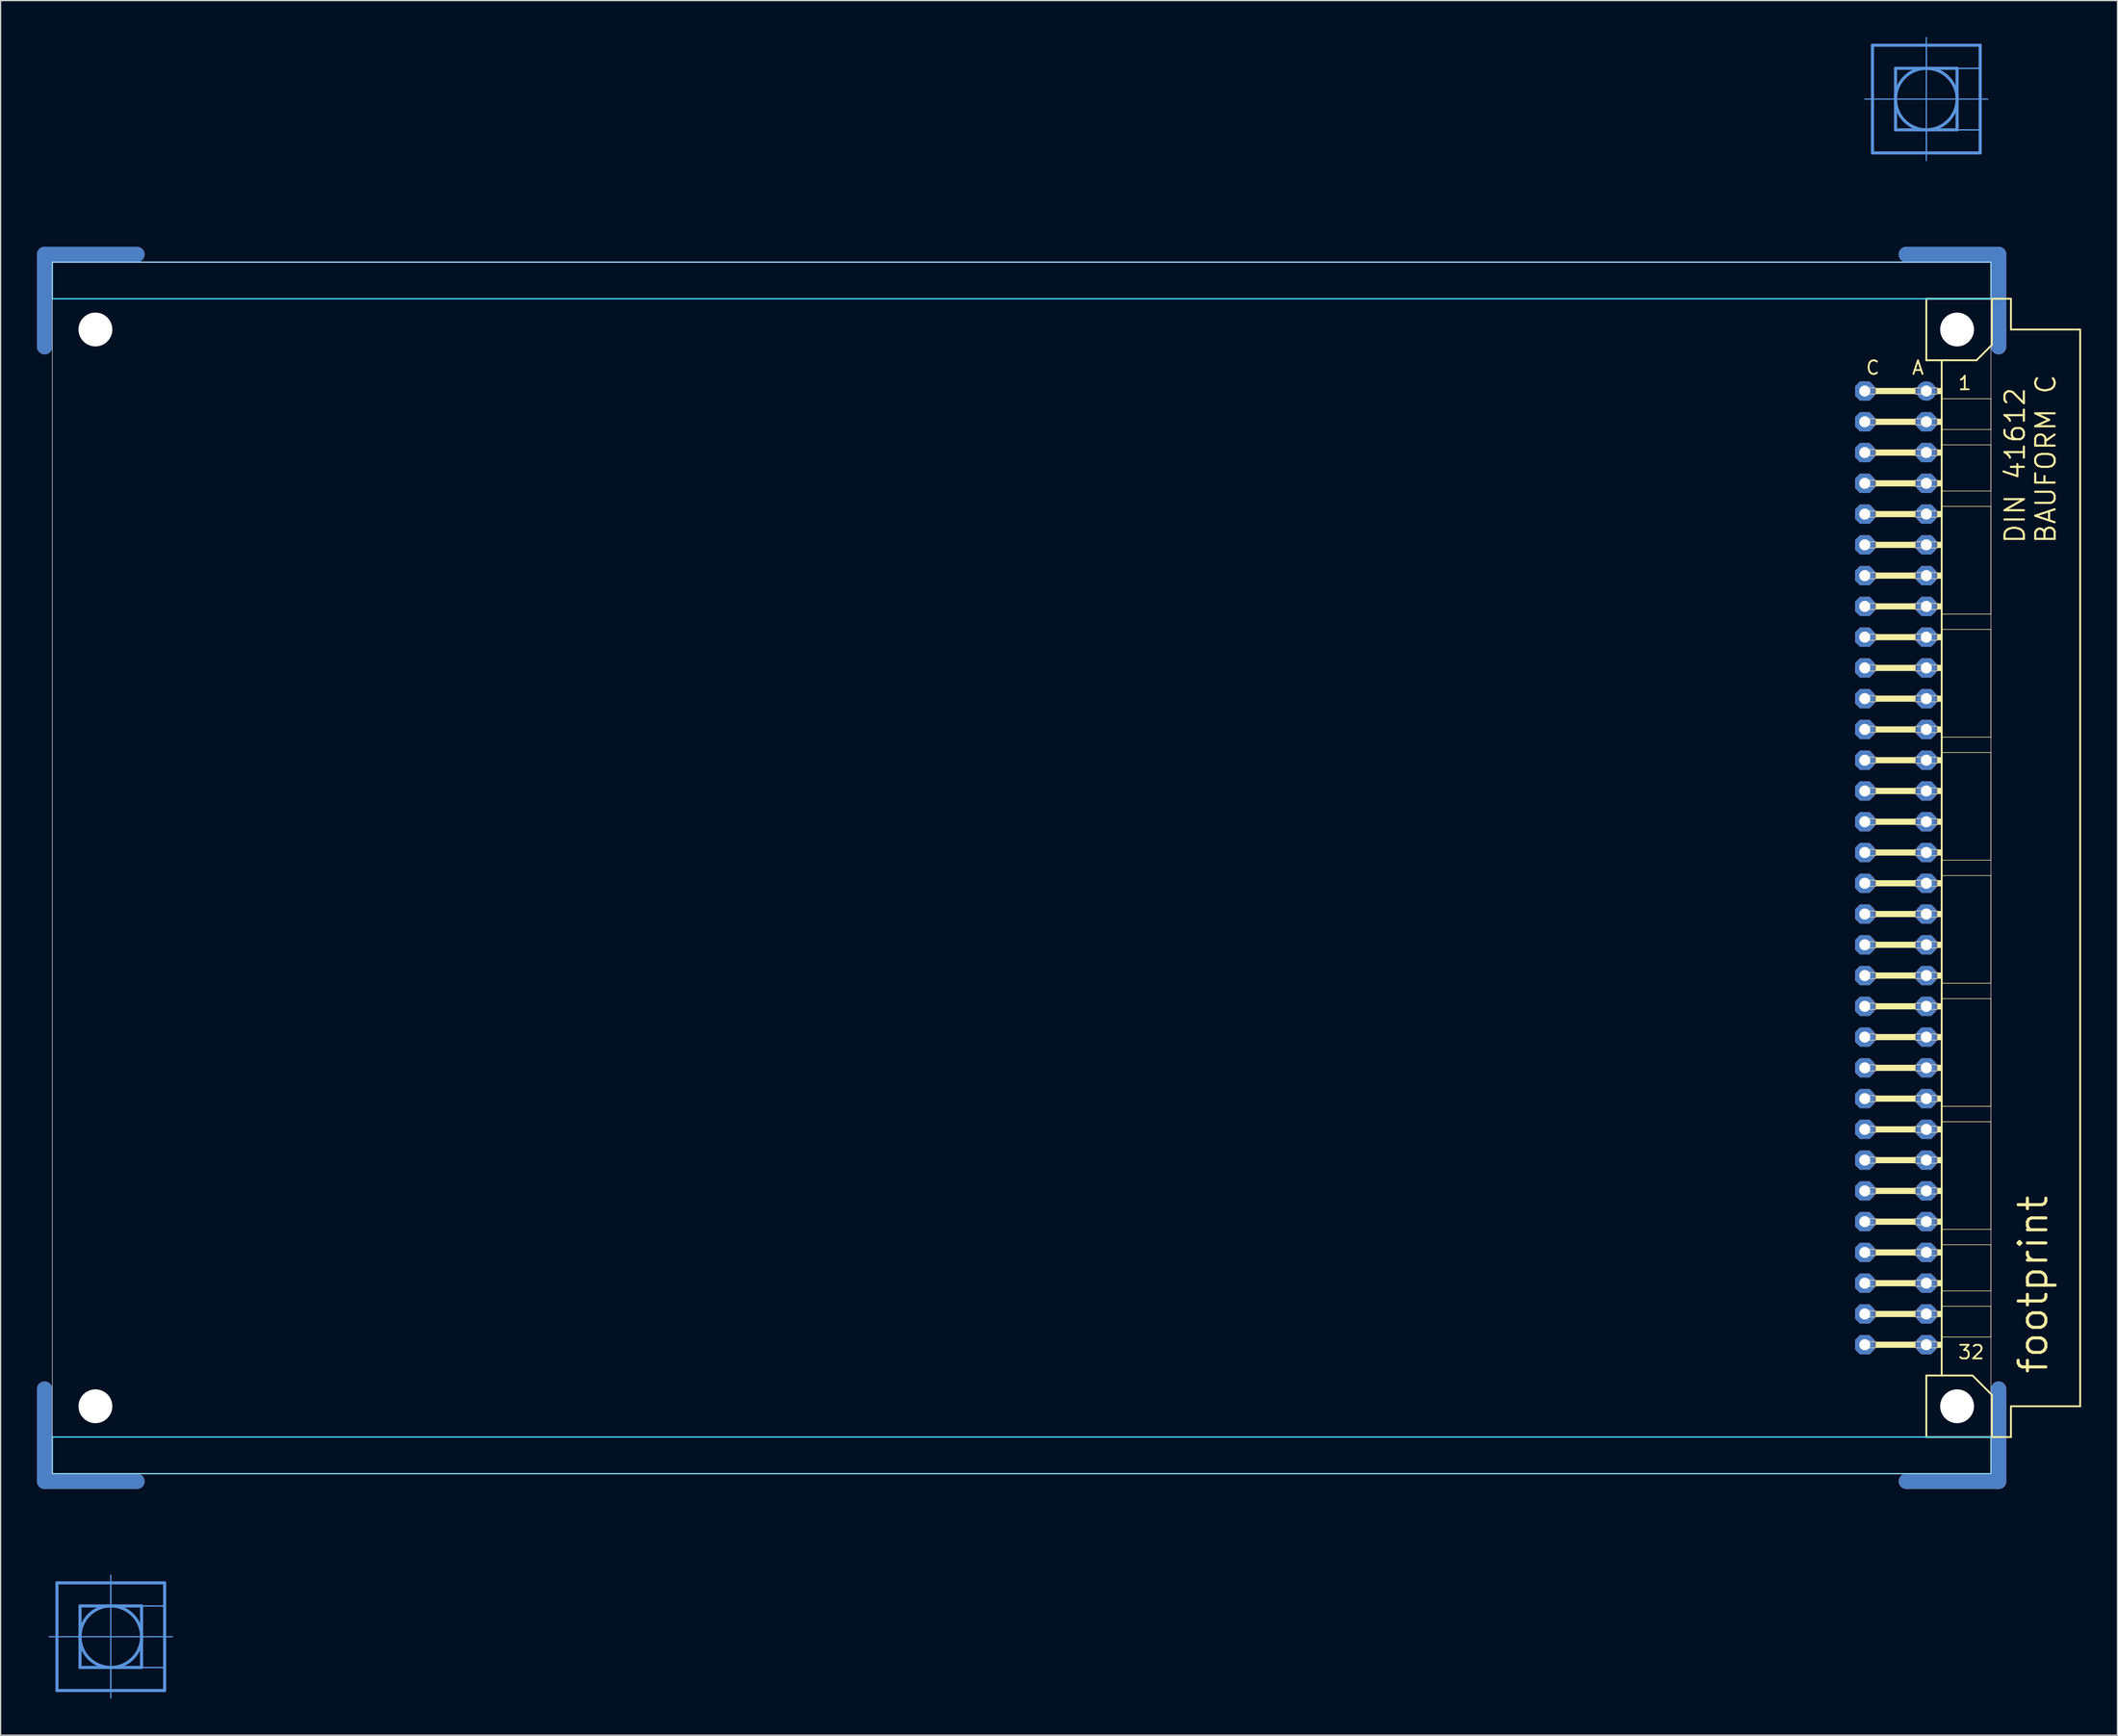
<source format=kicad_pcb>
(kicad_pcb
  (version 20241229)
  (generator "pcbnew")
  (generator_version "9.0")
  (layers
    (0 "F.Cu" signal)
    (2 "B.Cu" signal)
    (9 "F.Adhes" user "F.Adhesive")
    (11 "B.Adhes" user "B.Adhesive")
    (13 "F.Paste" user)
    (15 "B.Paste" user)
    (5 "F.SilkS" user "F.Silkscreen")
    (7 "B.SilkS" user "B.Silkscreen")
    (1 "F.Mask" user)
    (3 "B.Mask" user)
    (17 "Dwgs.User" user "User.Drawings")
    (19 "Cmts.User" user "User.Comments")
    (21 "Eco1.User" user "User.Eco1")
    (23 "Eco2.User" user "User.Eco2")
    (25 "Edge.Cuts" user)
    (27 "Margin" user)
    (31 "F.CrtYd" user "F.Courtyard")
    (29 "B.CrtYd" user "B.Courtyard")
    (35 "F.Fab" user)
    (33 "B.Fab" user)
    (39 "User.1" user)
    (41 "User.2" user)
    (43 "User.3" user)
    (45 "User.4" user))
  (footprint "footprint"
    (layer "F.Cu")
    (at 1.016 68.605)
    (property "Reference" "footprint" (at 165.1 41.91 90) (layer "F.SilkS") (effects (font (size 2.286 2.286) (thickness 0.254)) (justify left bottom)))
    (fp_line (start -0.381 -43.028) (end -0.381 -50.648) (stroke (width 1.27) (type solid)) (layer "F.Cu"))
    (fp_line (start -0.381 43.028) (end -0.381 50.648) (stroke (width 1.27) (type solid)) (layer "F.Cu"))
    (fp_line (start 7.239 -50.648) (end -0.381 -50.648) (stroke (width 1.27) (type solid)) (layer "F.Cu"))
    (fp_line (start 7.239 50.648) (end -0.381 50.648) (stroke (width 1.27) (type solid)) (layer "F.Cu"))
    (fp_line (start 153.289 -50.648) (end 160.909 -50.648) (stroke (width 1.27) (type solid)) (layer "F.Cu"))
    (fp_line (start 153.289 50.648) (end 160.909 50.648) (stroke (width 1.27) (type solid)) (layer "F.Cu"))
    (fp_line (start 160.909 -43.028) (end 160.909 -50.648) (stroke (width 1.27) (type solid)) (layer "F.Cu"))
    (fp_line (start 160.909 43.028) (end 160.909 50.648) (stroke (width 1.27) (type solid)) (layer "F.Cu"))
    (fp_line (start 0.254 -42.393) (end 0.254 -50.013) (stroke (width 0.152) (type solid)) (layer "F.Mask"))
    (fp_line (start 0.254 42.393) (end 0.254 50.013) (stroke (width 0.152) (type solid)) (layer "F.Mask"))
    (fp_line (start 7.874 -50.013) (end 0.254 -50.013) (stroke (width 0.152) (type solid)) (layer "F.Mask"))
    (fp_line (start 7.874 50.013) (end 0.254 50.013) (stroke (width 0.152) (type solid)) (layer "F.Mask"))
    (fp_line (start 152.654 -50.013) (end 160.274 -50.013) (stroke (width 0.152) (type solid)) (layer "F.Mask"))
    (fp_line (start 152.654 50.013) (end 160.274 50.013) (stroke (width 0.152) (type solid)) (layer "F.Mask"))
    (fp_line (start 160.274 -42.393) (end 160.274 -50.013) (stroke (width 0.152) (type solid)) (layer "F.Mask"))
    (fp_line (start 160.274 42.393) (end 160.274 50.013) (stroke (width 0.152) (type solid)) (layer "F.Mask"))
    (fp_line (start -0.381 -43.028) (end -0.381 -50.648) (stroke (width 1.27) (type solid)) (layer "B.Cu"))
    (fp_line (start -0.381 43.028) (end -0.381 50.648) (stroke (width 1.27) (type solid)) (layer "B.Cu"))
    (fp_line (start 7.239 -50.648) (end -0.381 -50.648) (stroke (width 1.27) (type solid)) (layer "B.Cu"))
    (fp_line (start 7.239 50.648) (end -0.381 50.648) (stroke (width 1.27) (type solid)) (layer "B.Cu"))
    (fp_line (start 153.289 -50.648) (end 160.909 -50.648) (stroke (width 1.27) (type solid)) (layer "B.Cu"))
    (fp_line (start 153.289 50.648) (end 160.909 50.648) (stroke (width 1.27) (type solid)) (layer "B.Cu"))
    (fp_line (start 160.909 -43.028) (end 160.909 -50.648) (stroke (width 1.27) (type solid)) (layer "B.Cu"))
    (fp_line (start 160.909 43.028) (end 160.909 50.648) (stroke (width 1.27) (type solid)) (layer "B.Cu"))
    (fp_line (start 0.254 -50.013) (end 7.874 -50.013) (stroke (width 0.152) (type solid)) (layer "B.Mask"))
    (fp_line (start 0.254 -42.393) (end 0.254 -50.013) (stroke (width 0.152) (type solid)) (layer "B.Mask"))
    (fp_line (start 0.254 50.013) (end 0.254 42.393) (stroke (width 0.152) (type solid)) (layer "B.Mask"))
    (fp_line (start 7.874 50.013) (end 0.254 50.013) (stroke (width 0.152) (type solid)) (layer "B.Mask"))
    (fp_line (start 152.654 -50.013) (end 160.274 -50.013) (stroke (width 0.152) (type solid)) (layer "B.Mask"))
    (fp_line (start 160.274 -50.013) (end 160.274 -42.393) (stroke (width 0.152) (type solid)) (layer "B.Mask"))
    (fp_line (start 160.274 42.393) (end 160.274 50.013) (stroke (width 0.152) (type solid)) (layer "B.Mask"))
    (fp_line (start 160.274 50.013) (end 152.654 50.013) (stroke (width 0.152) (type solid)) (layer "B.Mask"))
    (fp_line (start 154.94 -46.99) (end 154.94 -41.91) (stroke (width 0.152) (type solid)) (layer "F.SilkS"))
    (fp_line (start 154.94 -41.91) (end 156.21 -41.91) (stroke (width 0.152) (type solid)) (layer "F.SilkS"))
    (fp_line (start 154.94 41.91) (end 154.94 46.99) (stroke (width 0.152) (type solid)) (layer "F.SilkS"))
    (fp_line (start 154.94 41.91) (end 156.21 41.91) (stroke (width 0.152) (type solid)) (layer "F.SilkS"))
    (fp_line (start 154.94 46.99) (end 160.35 46.99) (stroke (width 0.152) (type solid)) (layer "F.SilkS"))
    (fp_line (start 156.21 -41.91) (end 156.21 -38.735) (stroke (width 0.152) (type solid)) (layer "F.SilkS"))
    (fp_line (start 156.21 -41.91) (end 159.08 -41.91) (stroke (width 0.152) (type solid)) (layer "F.SilkS"))
    (fp_line (start 156.21 -38.735) (end 156.21 -36.195) (stroke (width 0.152) (type solid)) (layer "F.SilkS"))
    (fp_line (start 156.21 -36.195) (end 156.21 -34.925) (stroke (width 0.152) (type solid)) (layer "F.SilkS"))
    (fp_line (start 156.21 -34.925) (end 156.21 -31.115) (stroke (width 0.152) (type solid)) (layer "F.SilkS"))
    (fp_line (start 156.21 -31.115) (end 156.21 -29.845) (stroke (width 0.152) (type solid)) (layer "F.SilkS"))
    (fp_line (start 156.21 -29.845) (end 156.21 -20.955) (stroke (width 0.152) (type solid)) (layer "F.SilkS"))
    (fp_line (start 156.21 -20.955) (end 156.21 -19.685) (stroke (width 0.152) (type solid)) (layer "F.SilkS"))
    (fp_line (start 156.21 -19.685) (end 156.21 -10.795) (stroke (width 0.152) (type solid)) (layer "F.SilkS"))
    (fp_line (start 156.21 -10.795) (end 156.21 -9.525) (stroke (width 0.152) (type solid)) (layer "F.SilkS"))
    (fp_line (start 156.21 -9.525) (end 156.21 -0.635) (stroke (width 0.152) (type solid)) (layer "F.SilkS"))
    (fp_line (start 156.21 -0.635) (end 156.21 0.635) (stroke (width 0.152) (type solid)) (layer "F.SilkS"))
    (fp_line (start 156.21 0.635) (end 156.21 9.525) (stroke (width 0.152) (type solid)) (layer "F.SilkS"))
    (fp_line (start 156.21 9.525) (end 156.21 10.795) (stroke (width 0.152) (type solid)) (layer "F.SilkS"))
    (fp_line (start 156.21 10.795) (end 156.21 19.685) (stroke (width 0.152) (type solid)) (layer "F.SilkS"))
    (fp_line (start 156.21 19.685) (end 156.21 20.955) (stroke (width 0.152) (type solid)) (layer "F.SilkS"))
    (fp_line (start 156.21 20.955) (end 156.21 29.845) (stroke (width 0.152) (type solid)) (layer "F.SilkS"))
    (fp_line (start 156.21 29.845) (end 156.21 31.115) (stroke (width 0.152) (type solid)) (layer "F.SilkS"))
    (fp_line (start 156.21 31.115) (end 156.21 34.925) (stroke (width 0.152) (type solid)) (layer "F.SilkS"))
    (fp_line (start 156.21 34.925) (end 156.21 36.195) (stroke (width 0.152) (type solid)) (layer "F.SilkS"))
    (fp_line (start 156.21 36.195) (end 156.21 38.735) (stroke (width 0.152) (type solid)) (layer "F.SilkS"))
    (fp_line (start 156.21 38.735) (end 156.21 41.91) (stroke (width 0.152) (type solid)) (layer "F.SilkS"))
    (fp_line (start 156.21 41.91) (end 158.75 41.91) (stroke (width 0.152) (type solid)) (layer "F.SilkS"))
    (fp_line (start 159.08 -41.91) (end 160.35 -43.18) (stroke (width 0.152) (type solid)) (layer "F.SilkS"))
    (fp_line (start 160.274 -38.735) (end 156.21 -38.735) (stroke (width 0.051) (type solid)) (layer "F.SilkS"))
    (fp_line (start 160.274 -38.735) (end 160.274 -36.195) (stroke (width 0.051) (type solid)) (layer "F.SilkS"))
    (fp_line (start 160.274 -36.195) (end 156.21 -36.195) (stroke (width 0.051) (type solid)) (layer "F.SilkS"))
    (fp_line (start 160.274 -34.925) (end 156.21 -34.925) (stroke (width 0.051) (type solid)) (layer "F.SilkS"))
    (fp_line (start 160.274 -34.925) (end 160.274 -31.115) (stroke (width 0.051) (type solid)) (layer "F.SilkS"))
    (fp_line (start 160.274 -31.115) (end 156.21 -31.115) (stroke (width 0.051) (type solid)) (layer "F.SilkS"))
    (fp_line (start 160.274 -29.845) (end 156.21 -29.845) (stroke (width 0.051) (type solid)) (layer "F.SilkS"))
    (fp_line (start 160.274 -29.845) (end 160.274 -20.955) (stroke (width 0.051) (type solid)) (layer "F.SilkS"))
    (fp_line (start 160.274 -20.955) (end 156.21 -20.955) (stroke (width 0.051) (type solid)) (layer "F.SilkS"))
    (fp_line (start 160.274 -19.685) (end 156.21 -19.685) (stroke (width 0.051) (type solid)) (layer "F.SilkS"))
    (fp_line (start 160.274 -19.685) (end 160.274 -10.795) (stroke (width 0.051) (type solid)) (layer "F.SilkS"))
    (fp_line (start 160.274 -10.795) (end 156.21 -10.795) (stroke (width 0.051) (type solid)) (layer "F.SilkS"))
    (fp_line (start 160.274 -9.525) (end 156.21 -9.525) (stroke (width 0.051) (type solid)) (layer "F.SilkS"))
    (fp_line (start 160.274 -9.525) (end 160.274 -0.635) (stroke (width 0.051) (type solid)) (layer "F.SilkS"))
    (fp_line (start 160.274 -0.635) (end 156.21 -0.635) (stroke (width 0.051) (type solid)) (layer "F.SilkS"))
    (fp_line (start 160.274 0.635) (end 156.21 0.635) (stroke (width 0.051) (type solid)) (layer "F.SilkS"))
    (fp_line (start 160.274 0.635) (end 160.274 9.525) (stroke (width 0.051) (type solid)) (layer "F.SilkS"))
    (fp_line (start 160.274 9.525) (end 156.21 9.525) (stroke (width 0.051) (type solid)) (layer "F.SilkS"))
    (fp_line (start 160.274 10.795) (end 156.21 10.795) (stroke (width 0.051) (type solid)) (layer "F.SilkS"))
    (fp_line (start 160.274 10.795) (end 160.274 19.685) (stroke (width 0.051) (type solid)) (layer "F.SilkS"))
    (fp_line (start 160.274 19.685) (end 156.21 19.685) (stroke (width 0.051) (type solid)) (layer "F.SilkS"))
    (fp_line (start 160.274 20.955) (end 156.21 20.955) (stroke (width 0.051) (type solid)) (layer "F.SilkS"))
    (fp_line (start 160.274 20.955) (end 160.274 29.845) (stroke (width 0.051) (type solid)) (layer "F.SilkS"))
    (fp_line (start 160.274 29.845) (end 156.21 29.845) (stroke (width 0.051) (type solid)) (layer "F.SilkS"))
    (fp_line (start 160.274 31.115) (end 156.21 31.115) (stroke (width 0.051) (type solid)) (layer "F.SilkS"))
    (fp_line (start 160.274 31.115) (end 160.274 34.925) (stroke (width 0.051) (type solid)) (layer "F.SilkS"))
    (fp_line (start 160.274 34.925) (end 156.21 34.925) (stroke (width 0.051) (type solid)) (layer "F.SilkS"))
    (fp_line (start 160.274 36.195) (end 156.21 36.195) (stroke (width 0.051) (type solid)) (layer "F.SilkS"))
    (fp_line (start 160.274 36.195) (end 160.274 38.735) (stroke (width 0.051) (type solid)) (layer "F.SilkS"))
    (fp_line (start 160.274 38.735) (end 156.21 38.735) (stroke (width 0.051) (type solid)) (layer "F.SilkS"))
    (fp_line (start 160.35 -46.99) (end 154.94 -46.99) (stroke (width 0.152) (type solid)) (layer "F.SilkS"))
    (fp_line (start 160.35 -43.18) (end 160.35 -46.99) (stroke (width 0.152) (type solid)) (layer "F.SilkS"))
    (fp_line (start 160.35 43.51) (end 158.75 41.91) (stroke (width 0.152) (type solid)) (layer "F.SilkS"))
    (fp_line (start 160.35 43.51) (end 160.35 46.99) (stroke (width 0.152) (type solid)) (layer "F.SilkS"))
    (fp_line (start 160.35 46.99) (end 161.925 46.99) (stroke (width 0.152) (type solid)) (layer "F.SilkS"))
    (fp_line (start 161.925 -46.99) (end 160.35 -46.99) (stroke (width 0.152) (type solid)) (layer "F.SilkS"))
    (fp_line (start 161.925 -44.45) (end 161.925 -46.99) (stroke (width 0.152) (type solid)) (layer "F.SilkS"))
    (fp_line (start 161.925 44.45) (end 167.64 44.45) (stroke (width 0.152) (type solid)) (layer "F.SilkS"))
    (fp_line (start 161.925 46.99) (end 161.925 44.45) (stroke (width 0.152) (type solid)) (layer "F.SilkS"))
    (fp_line (start 167.64 -44.45) (end 161.925 -44.45) (stroke (width 0.152) (type solid)) (layer "F.SilkS"))
    (fp_line (start 167.64 44.45) (end 167.64 -44.45) (stroke (width 0.152) (type solid)) (layer "F.SilkS"))
    (fp_circle (center 157.48 -44.45) (end 158.75 -44.45) (stroke (width 0.152) (type solid)) (fill no) (layer "F.SilkS"))
    (fp_circle (center 157.48 44.45) (end 158.75 44.45) (stroke (width 0.152) (type solid)) (fill no) (layer "F.SilkS"))
    (fp_poly (pts (xy 150.749 -39.116) (xy 154.051 -39.116) (xy 154.051 -39.624) (xy 150.749 -39.624)) (stroke (width 0) (type solid)) (fill yes) (layer "F.SilkS"))
    (fp_poly (pts (xy 150.749 -36.576) (xy 154.051 -36.576) (xy 154.051 -37.084) (xy 150.749 -37.084)) (stroke (width 0) (type solid)) (fill yes) (layer "F.SilkS"))
    (fp_poly (pts (xy 150.749 -34.036) (xy 154.051 -34.036) (xy 154.051 -34.544) (xy 150.749 -34.544)) (stroke (width 0) (type solid)) (fill yes) (layer "F.SilkS"))
    (fp_poly (pts (xy 150.749 -31.496) (xy 154.051 -31.496) (xy 154.051 -32.004) (xy 150.749 -32.004)) (stroke (width 0) (type solid)) (fill yes) (layer "F.SilkS"))
    (fp_poly (pts (xy 150.749 -28.956) (xy 154.051 -28.956) (xy 154.051 -29.464) (xy 150.749 -29.464)) (stroke (width 0) (type solid)) (fill yes) (layer "F.SilkS"))
    (fp_poly (pts (xy 150.749 -26.416) (xy 154.051 -26.416) (xy 154.051 -26.924) (xy 150.749 -26.924)) (stroke (width 0) (type solid)) (fill yes) (layer "F.SilkS"))
    (fp_poly (pts (xy 150.749 -23.876) (xy 154.051 -23.876) (xy 154.051 -24.384) (xy 150.749 -24.384)) (stroke (width 0) (type solid)) (fill yes) (layer "F.SilkS"))
    (fp_poly (pts (xy 150.749 -21.336) (xy 154.051 -21.336) (xy 154.051 -21.844) (xy 150.749 -21.844)) (stroke (width 0) (type solid)) (fill yes) (layer "F.SilkS"))
    (fp_poly (pts (xy 150.749 -18.796) (xy 154.051 -18.796) (xy 154.051 -19.304) (xy 150.749 -19.304)) (stroke (width 0) (type solid)) (fill yes) (layer "F.SilkS"))
    (fp_poly (pts (xy 150.749 -16.256) (xy 154.051 -16.256) (xy 154.051 -16.764) (xy 150.749 -16.764)) (stroke (width 0) (type solid)) (fill yes) (layer "F.SilkS"))
    (fp_poly (pts (xy 150.749 -13.716) (xy 154.051 -13.716) (xy 154.051 -14.224) (xy 150.749 -14.224)) (stroke (width 0) (type solid)) (fill yes) (layer "F.SilkS"))
    (fp_poly (pts (xy 150.749 -11.176) (xy 154.051 -11.176) (xy 154.051 -11.684) (xy 150.749 -11.684)) (stroke (width 0) (type solid)) (fill yes) (layer "F.SilkS"))
    (fp_poly (pts (xy 150.749 -8.636) (xy 154.051 -8.636) (xy 154.051 -9.144) (xy 150.749 -9.144)) (stroke (width 0) (type solid)) (fill yes) (layer "F.SilkS"))
    (fp_poly (pts (xy 150.749 -6.096) (xy 154.051 -6.096) (xy 154.051 -6.604) (xy 150.749 -6.604)) (stroke (width 0) (type solid)) (fill yes) (layer "F.SilkS"))
    (fp_poly (pts (xy 150.749 -3.556) (xy 154.051 -3.556) (xy 154.051 -4.064) (xy 150.749 -4.064)) (stroke (width 0) (type solid)) (fill yes) (layer "F.SilkS"))
    (fp_poly (pts (xy 150.749 -1.016) (xy 154.051 -1.016) (xy 154.051 -1.524) (xy 150.749 -1.524)) (stroke (width 0) (type solid)) (fill yes) (layer "F.SilkS"))
    (fp_poly (pts (xy 150.749 1.524) (xy 154.051 1.524) (xy 154.051 1.016) (xy 150.749 1.016)) (stroke (width 0) (type solid)) (fill yes) (layer "F.SilkS"))
    (fp_poly (pts (xy 150.749 4.064) (xy 154.051 4.064) (xy 154.051 3.556) (xy 150.749 3.556)) (stroke (width 0) (type solid)) (fill yes) (layer "F.SilkS"))
    (fp_poly (pts (xy 150.749 6.604) (xy 154.051 6.604) (xy 154.051 6.096) (xy 150.749 6.096)) (stroke (width 0) (type solid)) (fill yes) (layer "F.SilkS"))
    (fp_poly (pts (xy 150.749 9.144) (xy 154.051 9.144) (xy 154.051 8.636) (xy 150.749 8.636)) (stroke (width 0) (type solid)) (fill yes) (layer "F.SilkS"))
    (fp_poly (pts (xy 150.749 11.684) (xy 154.051 11.684) (xy 154.051 11.176) (xy 150.749 11.176)) (stroke (width 0) (type solid)) (fill yes) (layer "F.SilkS"))
    (fp_poly (pts (xy 150.749 14.224) (xy 154.051 14.224) (xy 154.051 13.716) (xy 150.749 13.716)) (stroke (width 0) (type solid)) (fill yes) (layer "F.SilkS"))
    (fp_poly (pts (xy 150.749 16.764) (xy 154.051 16.764) (xy 154.051 16.256) (xy 150.749 16.256)) (stroke (width 0) (type solid)) (fill yes) (layer "F.SilkS"))
    (fp_poly (pts (xy 150.749 19.304) (xy 154.051 19.304) (xy 154.051 18.796) (xy 150.749 18.796)) (stroke (width 0) (type solid)) (fill yes) (layer "F.SilkS"))
    (fp_poly (pts (xy 150.749 21.844) (xy 154.051 21.844) (xy 154.051 21.336) (xy 150.749 21.336)) (stroke (width 0) (type solid)) (fill yes) (layer "F.SilkS"))
    (fp_poly (pts (xy 150.749 24.384) (xy 154.051 24.384) (xy 154.051 23.876) (xy 150.749 23.876)) (stroke (width 0) (type solid)) (fill yes) (layer "F.SilkS"))
    (fp_poly (pts (xy 150.749 26.924) (xy 154.051 26.924) (xy 154.051 26.416) (xy 150.749 26.416)) (stroke (width 0) (type solid)) (fill yes) (layer "F.SilkS"))
    (fp_poly (pts (xy 150.749 29.464) (xy 154.051 29.464) (xy 154.051 28.956) (xy 150.749 28.956)) (stroke (width 0) (type solid)) (fill yes) (layer "F.SilkS"))
    (fp_poly (pts (xy 150.749 32.004) (xy 154.051 32.004) (xy 154.051 31.496) (xy 150.749 31.496)) (stroke (width 0) (type solid)) (fill yes) (layer "F.SilkS"))
    (fp_poly (pts (xy 150.749 34.544) (xy 154.051 34.544) (xy 154.051 34.036) (xy 150.749 34.036)) (stroke (width 0) (type solid)) (fill yes) (layer "F.SilkS"))
    (fp_poly (pts (xy 150.749 37.084) (xy 154.051 37.084) (xy 154.051 36.576) (xy 150.749 36.576)) (stroke (width 0) (type solid)) (fill yes) (layer "F.SilkS"))
    (fp_poly (pts (xy 150.749 39.624) (xy 154.051 39.624) (xy 154.051 39.116) (xy 150.749 39.116)) (stroke (width 0) (type solid)) (fill yes) (layer "F.SilkS"))
    (fp_poly (pts (xy 155.829 -39.116) (xy 156.21 -39.116) (xy 156.21 -39.624) (xy 155.829 -39.624)) (stroke (width 0) (type solid)) (fill yes) (layer "F.SilkS"))
    (fp_poly (pts (xy 155.829 -36.576) (xy 156.21 -36.576) (xy 156.21 -37.084) (xy 155.829 -37.084)) (stroke (width 0) (type solid)) (fill yes) (layer "F.SilkS"))
    (fp_poly (pts (xy 155.829 -34.036) (xy 156.21 -34.036) (xy 156.21 -34.544) (xy 155.829 -34.544)) (stroke (width 0) (type solid)) (fill yes) (layer "F.SilkS"))
    (fp_poly (pts (xy 155.829 -31.496) (xy 156.21 -31.496) (xy 156.21 -32.004) (xy 155.829 -32.004)) (stroke (width 0) (type solid)) (fill yes) (layer "F.SilkS"))
    (fp_poly (pts (xy 155.829 -28.956) (xy 156.21 -28.956) (xy 156.21 -29.464) (xy 155.829 -29.464)) (stroke (width 0) (type solid)) (fill yes) (layer "F.SilkS"))
    (fp_poly (pts (xy 155.829 -26.416) (xy 156.21 -26.416) (xy 156.21 -26.924) (xy 155.829 -26.924)) (stroke (width 0) (type solid)) (fill yes) (layer "F.SilkS"))
    (fp_poly (pts (xy 155.829 -23.876) (xy 156.21 -23.876) (xy 156.21 -24.384) (xy 155.829 -24.384)) (stroke (width 0) (type solid)) (fill yes) (layer "F.SilkS"))
    (fp_poly (pts (xy 155.829 -21.336) (xy 156.21 -21.336) (xy 156.21 -21.844) (xy 155.829 -21.844)) (stroke (width 0) (type solid)) (fill yes) (layer "F.SilkS"))
    (fp_poly (pts (xy 155.829 -18.796) (xy 156.21 -18.796) (xy 156.21 -19.304) (xy 155.829 -19.304)) (stroke (width 0) (type solid)) (fill yes) (layer "F.SilkS"))
    (fp_poly (pts (xy 155.829 -16.256) (xy 156.21 -16.256) (xy 156.21 -16.764) (xy 155.829 -16.764)) (stroke (width 0) (type solid)) (fill yes) (layer "F.SilkS"))
    (fp_poly (pts (xy 155.829 -13.716) (xy 156.21 -13.716) (xy 156.21 -14.224) (xy 155.829 -14.224)) (stroke (width 0) (type solid)) (fill yes) (layer "F.SilkS"))
    (fp_poly (pts (xy 155.829 -11.176) (xy 156.21 -11.176) (xy 156.21 -11.684) (xy 155.829 -11.684)) (stroke (width 0) (type solid)) (fill yes) (layer "F.SilkS"))
    (fp_poly (pts (xy 155.829 -8.636) (xy 156.21 -8.636) (xy 156.21 -9.144) (xy 155.829 -9.144)) (stroke (width 0) (type solid)) (fill yes) (layer "F.SilkS"))
    (fp_poly (pts (xy 155.829 -6.096) (xy 156.21 -6.096) (xy 156.21 -6.604) (xy 155.829 -6.604)) (stroke (width 0) (type solid)) (fill yes) (layer "F.SilkS"))
    (fp_poly (pts (xy 155.829 -3.556) (xy 156.21 -3.556) (xy 156.21 -4.064) (xy 155.829 -4.064)) (stroke (width 0) (type solid)) (fill yes) (layer "F.SilkS"))
    (fp_poly (pts (xy 155.829 -1.016) (xy 156.21 -1.016) (xy 156.21 -1.524) (xy 155.829 -1.524)) (stroke (width 0) (type solid)) (fill yes) (layer "F.SilkS"))
    (fp_poly (pts (xy 155.829 1.524) (xy 156.21 1.524) (xy 156.21 1.016) (xy 155.829 1.016)) (stroke (width 0) (type solid)) (fill yes) (layer "F.SilkS"))
    (fp_poly (pts (xy 155.829 4.064) (xy 156.21 4.064) (xy 156.21 3.556) (xy 155.829 3.556)) (stroke (width 0) (type solid)) (fill yes) (layer "F.SilkS"))
    (fp_poly (pts (xy 155.829 6.604) (xy 156.21 6.604) (xy 156.21 6.096) (xy 155.829 6.096)) (stroke (width 0) (type solid)) (fill yes) (layer "F.SilkS"))
    (fp_poly (pts (xy 155.829 9.144) (xy 156.21 9.144) (xy 156.21 8.636) (xy 155.829 8.636)) (stroke (width 0) (type solid)) (fill yes) (layer "F.SilkS"))
    (fp_poly (pts (xy 155.829 11.684) (xy 156.21 11.684) (xy 156.21 11.176) (xy 155.829 11.176)) (stroke (width 0) (type solid)) (fill yes) (layer "F.SilkS"))
    (fp_poly (pts (xy 155.829 14.224) (xy 156.21 14.224) (xy 156.21 13.716) (xy 155.829 13.716)) (stroke (width 0) (type solid)) (fill yes) (layer "F.SilkS"))
    (fp_poly (pts (xy 155.829 16.764) (xy 156.21 16.764) (xy 156.21 16.256) (xy 155.829 16.256)) (stroke (width 0) (type solid)) (fill yes) (layer "F.SilkS"))
    (fp_poly (pts (xy 155.829 19.304) (xy 156.21 19.304) (xy 156.21 18.796) (xy 155.829 18.796)) (stroke (width 0) (type solid)) (fill yes) (layer "F.SilkS"))
    (fp_poly (pts (xy 155.829 21.844) (xy 156.21 21.844) (xy 156.21 21.336) (xy 155.829 21.336)) (stroke (width 0) (type solid)) (fill yes) (layer "F.SilkS"))
    (fp_poly (pts (xy 155.829 24.384) (xy 156.21 24.384) (xy 156.21 23.876) (xy 155.829 23.876)) (stroke (width 0) (type solid)) (fill yes) (layer "F.SilkS"))
    (fp_poly (pts (xy 155.829 26.924) (xy 156.21 26.924) (xy 156.21 26.416) (xy 155.829 26.416)) (stroke (width 0) (type solid)) (fill yes) (layer "F.SilkS"))
    (fp_poly (pts (xy 155.829 29.464) (xy 156.21 29.464) (xy 156.21 28.956) (xy 155.829 28.956)) (stroke (width 0) (type solid)) (fill yes) (layer "F.SilkS"))
    (fp_poly (pts (xy 155.829 32.004) (xy 156.21 32.004) (xy 156.21 31.496) (xy 155.829 31.496)) (stroke (width 0) (type solid)) (fill yes) (layer "F.SilkS"))
    (fp_poly (pts (xy 155.829 34.544) (xy 156.21 34.544) (xy 156.21 34.036) (xy 155.829 34.036)) (stroke (width 0) (type solid)) (fill yes) (layer "F.SilkS"))
    (fp_poly (pts (xy 155.829 37.084) (xy 156.21 37.084) (xy 156.21 36.576) (xy 155.829 36.576)) (stroke (width 0) (type solid)) (fill yes) (layer "F.SilkS"))
    (fp_poly (pts (xy 155.829 39.624) (xy 156.21 39.624) (xy 156.21 39.116) (xy 155.829 39.116)) (stroke (width 0) (type solid)) (fill yes) (layer "F.SilkS"))
    (fp_line (start 0 63.475) (end 0.635 63.475) (stroke (width 0.102) (type solid)) (layer "Cmts.User"))
    (fp_line (start 0.635 59.03) (end 9.525 59.03) (stroke (width 0.254) (type solid)) (layer "Cmts.User"))
    (fp_line (start 0.635 63.475) (end 0.635 59.03) (stroke (width 0.254) (type solid)) (layer "Cmts.User"))
    (fp_line (start 0.635 63.475) (end 10.16 63.475) (stroke (width 0.102) (type solid)) (layer "Cmts.User"))
    (fp_line (start 0.635 67.92) (end 0.635 63.475) (stroke (width 0.254) (type solid)) (layer "Cmts.User"))
    (fp_line (start 2.54 60.935) (end 2.54 66.015) (stroke (width 0.254) (type solid)) (layer "Cmts.User"))
    (fp_line (start 2.54 66.015) (end 7.62 66.015) (stroke (width 0.254) (type solid)) (layer "Cmts.User"))
    (fp_line (start 5.08 68.555) (end 5.08 58.395) (stroke (width 0.102) (type solid)) (layer "Cmts.User"))
    (fp_line (start 7.62 60.935) (end 2.54 60.935) (stroke (width 0.254) (type solid)) (layer "Cmts.User"))
    (fp_line (start 7.62 66.015) (end 7.62 60.935) (stroke (width 0.254) (type solid)) (layer "Cmts.User"))
    (fp_line (start 9.525 59.03) (end 9.525 67.92) (stroke (width 0.254) (type solid)) (layer "Cmts.User"))
    (fp_line (start 9.525 67.92) (end 0.635 67.92) (stroke (width 0.254) (type solid)) (layer "Cmts.User"))
    (fp_line (start 149.86 -63.475) (end 150.495 -63.475) (stroke (width 0.102) (type solid)) (layer "Cmts.User"))
    (fp_line (start 150.495 -67.92) (end 159.385 -67.92) (stroke (width 0.254) (type solid)) (layer "Cmts.User"))
    (fp_line (start 150.495 -63.475) (end 150.495 -67.92) (stroke (width 0.254) (type solid)) (layer "Cmts.User"))
    (fp_line (start 150.495 -63.475) (end 160.02 -63.475) (stroke (width 0.102) (type solid)) (layer "Cmts.User"))
    (fp_line (start 150.495 -59.03) (end 150.495 -63.475) (stroke (width 0.254) (type solid)) (layer "Cmts.User"))
    (fp_line (start 152.4 -66.015) (end 152.4 -60.935) (stroke (width 0.254) (type solid)) (layer "Cmts.User"))
    (fp_line (start 152.4 -60.935) (end 157.48 -60.935) (stroke (width 0.254) (type solid)) (layer "Cmts.User"))
    (fp_line (start 154.94 -58.395) (end 154.94 -68.555) (stroke (width 0.102) (type solid)) (layer "Cmts.User"))
    (fp_line (start 157.48 -66.015) (end 152.4 -66.015) (stroke (width 0.254) (type solid)) (layer "Cmts.User"))
    (fp_line (start 157.48 -60.935) (end 157.48 -66.015) (stroke (width 0.254) (type solid)) (layer "Cmts.User"))
    (fp_line (start 159.385 -67.92) (end 159.385 -59.03) (stroke (width 0.254) (type solid)) (layer "Cmts.User"))
    (fp_line (start 159.385 -59.03) (end 150.495 -59.03) (stroke (width 0.254) (type solid)) (layer "Cmts.User"))
    (fp_circle (center 5.08 63.475) (end 7.62 63.475) (stroke (width 0.254) (type solid)) (fill no) (layer "Cmts.User"))
    (fp_circle (center 154.94 -63.475) (end 157.48 -63.475) (stroke (width 0.254) (type solid)) (fill no) (layer "Cmts.User"))
    (fp_poly (pts (xy 5.08 60.935) (xy 9.525 60.935) (xy 9.525 59.03) (xy 5.08 59.03)) (stroke (width 0.1) (type solid)) (fill no) (layer "Cmts.User"))
    (fp_poly (pts (xy 5.08 67.92) (xy 9.525 67.92) (xy 9.525 66.015) (xy 5.08 66.015)) (stroke (width 0.1) (type solid)) (fill no) (layer "Cmts.User"))
    (fp_poly (pts (xy 7.62 66.015) (xy 9.525 66.015) (xy 9.525 60.935) (xy 7.62 60.935)) (stroke (width 0.1) (type solid)) (fill no) (layer "Cmts.User"))
    (fp_poly (pts (xy 154.94 -66.015) (xy 159.385 -66.015) (xy 159.385 -67.92) (xy 154.94 -67.92)) (stroke (width 0.1) (type solid)) (fill no) (layer "Cmts.User"))
    (fp_poly (pts (xy 154.94 -59.03) (xy 159.385 -59.03) (xy 159.385 -60.935) (xy 154.94 -60.935)) (stroke (width 0.1) (type solid)) (fill no) (layer "Cmts.User"))
    (fp_poly (pts (xy 157.48 -60.935) (xy 159.385 -60.935) (xy 159.385 -66.015) (xy 157.48 -66.015)) (stroke (width 0.1) (type solid)) (fill no) (layer "Cmts.User"))
    (fp_line (start 0.254 -50.013) (end 0.254 50.013) (stroke (width 0.05) (type solid)) (layer "Edge.Cuts"))
    (fp_line (start 0.254 50.013) (end 160.274 50.013) (stroke (width 0.05) (type solid)) (layer "Edge.Cuts"))
    (fp_line (start 160.274 -50.013) (end 0.254 -50.013) (stroke (width 0.05) (type solid)) (layer "Edge.Cuts"))
    (fp_line (start 160.274 50.013) (end 160.274 -50.013) (stroke (width 0.05) (type solid)) (layer "Edge.Cuts"))
    (fp_line (start 0.254 -46.99) (end 0.254 -50.013) (stroke (width 0.051) (type solid)) (layer "B.CrtYd"))
    (fp_line (start 0.254 46.99) (end 0.254 50.013) (stroke (width 0.051) (type solid)) (layer "B.CrtYd"))
    (fp_line (start 160.274 -50.013) (end 160.274 -46.99) (stroke (width 0.051) (type solid)) (layer "B.CrtYd"))
    (fp_line (start 160.274 50.013) (end 160.274 46.99) (stroke (width 0.051) (type solid)) (layer "B.CrtYd"))
    (fp_poly (pts (xy 0.254 -46.99) (xy 160.274 -46.99) (xy 160.274 -50.013) (xy 0.254 -50.013)) (stroke (width 0.1) (type solid)) (fill no) (layer "B.CrtYd"))
    (fp_poly (pts (xy 0.254 50.013) (xy 160.274 50.013) (xy 160.274 46.99) (xy 0.254 46.99)) (stroke (width 0.1) (type solid)) (fill no) (layer "B.CrtYd"))
    (fp_line (start 0.254 -46.99) (end 0.254 -50.013) (stroke (width 0.051) (type solid)) (layer "F.CrtYd"))
    (fp_line (start 0.254 46.99) (end 0.254 50.013) (stroke (width 0.051) (type solid)) (layer "F.CrtYd"))
    (fp_line (start 160.274 -50.013) (end 160.274 -46.99) (stroke (width 0.051) (type solid)) (layer "F.CrtYd"))
    (fp_line (start 160.274 50.013) (end 160.274 46.99) (stroke (width 0.051) (type solid)) (layer "F.CrtYd"))
    (fp_poly (pts (xy 0.254 -46.99) (xy 160.274 -46.99) (xy 160.274 -50.013) (xy 0.254 -50.013)) (stroke (width 0.1) (type solid)) (fill no) (layer "F.CrtYd"))
    (fp_poly (pts (xy 0.254 50.013) (xy 160.274 50.013) (xy 160.274 46.99) (xy 0.254 46.99)) (stroke (width 0.1) (type solid)) (fill no) (layer "F.CrtYd"))
    (fp_poly (pts (xy 149.606 -39.116) (xy 150.749 -39.116) (xy 150.749 -39.624) (xy 149.606 -39.624)) (stroke (width 0.1) (type solid)) (fill no) (layer "F.Fab"))
    (fp_poly (pts (xy 149.606 -36.576) (xy 150.749 -36.576) (xy 150.749 -37.084) (xy 149.606 -37.084)) (stroke (width 0.1) (type solid)) (fill no) (layer "F.Fab"))
    (fp_poly (pts (xy 149.606 -34.036) (xy 150.749 -34.036) (xy 150.749 -34.544) (xy 149.606 -34.544)) (stroke (width 0.1) (type solid)) (fill no) (layer "F.Fab"))
    (fp_poly (pts (xy 149.606 -31.496) (xy 150.749 -31.496) (xy 150.749 -32.004) (xy 149.606 -32.004)) (stroke (width 0.1) (type solid)) (fill no) (layer "F.Fab"))
    (fp_poly (pts (xy 149.606 -28.956) (xy 150.749 -28.956) (xy 150.749 -29.464) (xy 149.606 -29.464)) (stroke (width 0.1) (type solid)) (fill no) (layer "F.Fab"))
    (fp_poly (pts (xy 149.606 -26.416) (xy 150.749 -26.416) (xy 150.749 -26.924) (xy 149.606 -26.924)) (stroke (width 0.1) (type solid)) (fill no) (layer "F.Fab"))
    (fp_poly (pts (xy 149.606 -23.876) (xy 150.749 -23.876) (xy 150.749 -24.384) (xy 149.606 -24.384)) (stroke (width 0.1) (type solid)) (fill no) (layer "F.Fab"))
    (fp_poly (pts (xy 149.606 -21.336) (xy 150.749 -21.336) (xy 150.749 -21.844) (xy 149.606 -21.844)) (stroke (width 0.1) (type solid)) (fill no) (layer "F.Fab"))
    (fp_poly (pts (xy 149.606 -18.796) (xy 150.749 -18.796) (xy 150.749 -19.304) (xy 149.606 -19.304)) (stroke (width 0.1) (type solid)) (fill no) (layer "F.Fab"))
    (fp_poly (pts (xy 149.606 -16.256) (xy 150.749 -16.256) (xy 150.749 -16.764) (xy 149.606 -16.764)) (stroke (width 0.1) (type solid)) (fill no) (layer "F.Fab"))
    (fp_poly (pts (xy 149.606 -13.716) (xy 150.749 -13.716) (xy 150.749 -14.224) (xy 149.606 -14.224)) (stroke (width 0.1) (type solid)) (fill no) (layer "F.Fab"))
    (fp_poly (pts (xy 149.606 -11.176) (xy 150.749 -11.176) (xy 150.749 -11.684) (xy 149.606 -11.684)) (stroke (width 0.1) (type solid)) (fill no) (layer "F.Fab"))
    (fp_poly (pts (xy 149.606 -8.636) (xy 150.749 -8.636) (xy 150.749 -9.144) (xy 149.606 -9.144)) (stroke (width 0.1) (type solid)) (fill no) (layer "F.Fab"))
    (fp_poly (pts (xy 149.606 -6.096) (xy 150.749 -6.096) (xy 150.749 -6.604) (xy 149.606 -6.604)) (stroke (width 0.1) (type solid)) (fill no) (layer "F.Fab"))
    (fp_poly (pts (xy 149.606 -3.556) (xy 150.749 -3.556) (xy 150.749 -4.064) (xy 149.606 -4.064)) (stroke (width 0.1) (type solid)) (fill no) (layer "F.Fab"))
    (fp_poly (pts (xy 149.606 -1.016) (xy 150.749 -1.016) (xy 150.749 -1.524) (xy 149.606 -1.524)) (stroke (width 0.1) (type solid)) (fill no) (layer "F.Fab"))
    (fp_poly (pts (xy 149.606 1.524) (xy 150.749 1.524) (xy 150.749 1.016) (xy 149.606 1.016)) (stroke (width 0.1) (type solid)) (fill no) (layer "F.Fab"))
    (fp_poly (pts (xy 149.606 4.064) (xy 150.749 4.064) (xy 150.749 3.556) (xy 149.606 3.556)) (stroke (width 0.1) (type solid)) (fill no) (layer "F.Fab"))
    (fp_poly (pts (xy 149.606 6.604) (xy 150.749 6.604) (xy 150.749 6.096) (xy 149.606 6.096)) (stroke (width 0.1) (type solid)) (fill no) (layer "F.Fab"))
    (fp_poly (pts (xy 149.606 9.144) (xy 150.749 9.144) (xy 150.749 8.636) (xy 149.606 8.636)) (stroke (width 0.1) (type solid)) (fill no) (layer "F.Fab"))
    (fp_poly (pts (xy 149.606 11.684) (xy 150.749 11.684) (xy 150.749 11.176) (xy 149.606 11.176)) (stroke (width 0.1) (type solid)) (fill no) (layer "F.Fab"))
    (fp_poly (pts (xy 149.606 14.224) (xy 150.749 14.224) (xy 150.749 13.716) (xy 149.606 13.716)) (stroke (width 0.1) (type solid)) (fill no) (layer "F.Fab"))
    (fp_poly (pts (xy 149.606 16.764) (xy 150.749 16.764) (xy 150.749 16.256) (xy 149.606 16.256)) (stroke (width 0.1) (type solid)) (fill no) (layer "F.Fab"))
    (fp_poly (pts (xy 149.606 19.304) (xy 150.749 19.304) (xy 150.749 18.796) (xy 149.606 18.796)) (stroke (width 0.1) (type solid)) (fill no) (layer "F.Fab"))
    (fp_poly (pts (xy 149.606 21.844) (xy 150.749 21.844) (xy 150.749 21.336) (xy 149.606 21.336)) (stroke (width 0.1) (type solid)) (fill no) (layer "F.Fab"))
    (fp_poly (pts (xy 149.606 24.384) (xy 150.749 24.384) (xy 150.749 23.876) (xy 149.606 23.876)) (stroke (width 0.1) (type solid)) (fill no) (layer "F.Fab"))
    (fp_poly (pts (xy 149.606 26.924) (xy 150.749 26.924) (xy 150.749 26.416) (xy 149.606 26.416)) (stroke (width 0.1) (type solid)) (fill no) (layer "F.Fab"))
    (fp_poly (pts (xy 149.606 29.464) (xy 150.749 29.464) (xy 150.749 28.956) (xy 149.606 28.956)) (stroke (width 0.1) (type solid)) (fill no) (layer "F.Fab"))
    (fp_poly (pts (xy 149.606 32.004) (xy 150.749 32.004) (xy 150.749 31.496) (xy 149.606 31.496)) (stroke (width 0.1) (type solid)) (fill no) (layer "F.Fab"))
    (fp_poly (pts (xy 149.606 34.544) (xy 150.749 34.544) (xy 150.749 34.036) (xy 149.606 34.036)) (stroke (width 0.1) (type solid)) (fill no) (layer "F.Fab"))
    (fp_poly (pts (xy 149.606 37.084) (xy 150.749 37.084) (xy 150.749 36.576) (xy 149.606 36.576)) (stroke (width 0.1) (type solid)) (fill no) (layer "F.Fab"))
    (fp_poly (pts (xy 149.606 39.624) (xy 150.749 39.624) (xy 150.749 39.116) (xy 149.606 39.116)) (stroke (width 0.1) (type solid)) (fill no) (layer "F.Fab"))
    (fp_poly (pts (xy 154.051 -39.116) (xy 155.829 -39.116) (xy 155.829 -39.624) (xy 154.051 -39.624)) (stroke (width 0.1) (type solid)) (fill no) (layer "F.Fab"))
    (fp_poly (pts (xy 154.051 -36.576) (xy 155.829 -36.576) (xy 155.829 -37.084) (xy 154.051 -37.084)) (stroke (width 0.1) (type solid)) (fill no) (layer "F.Fab"))
    (fp_poly (pts (xy 154.051 -34.036) (xy 155.829 -34.036) (xy 155.829 -34.544) (xy 154.051 -34.544)) (stroke (width 0.1) (type solid)) (fill no) (layer "F.Fab"))
    (fp_poly (pts (xy 154.051 -31.496) (xy 155.829 -31.496) (xy 155.829 -32.004) (xy 154.051 -32.004)) (stroke (width 0.1) (type solid)) (fill no) (layer "F.Fab"))
    (fp_poly (pts (xy 154.051 -28.956) (xy 155.829 -28.956) (xy 155.829 -29.464) (xy 154.051 -29.464)) (stroke (width 0.1) (type solid)) (fill no) (layer "F.Fab"))
    (fp_poly (pts (xy 154.051 -26.416) (xy 155.829 -26.416) (xy 155.829 -26.924) (xy 154.051 -26.924)) (stroke (width 0.1) (type solid)) (fill no) (layer "F.Fab"))
    (fp_poly (pts (xy 154.051 -23.876) (xy 155.829 -23.876) (xy 155.829 -24.384) (xy 154.051 -24.384)) (stroke (width 0.1) (type solid)) (fill no) (layer "F.Fab"))
    (fp_poly (pts (xy 154.051 -21.336) (xy 155.829 -21.336) (xy 155.829 -21.844) (xy 154.051 -21.844)) (stroke (width 0.1) (type solid)) (fill no) (layer "F.Fab"))
    (fp_poly (pts (xy 154.051 -18.796) (xy 155.829 -18.796) (xy 155.829 -19.304) (xy 154.051 -19.304)) (stroke (width 0.1) (type solid)) (fill no) (layer "F.Fab"))
    (fp_poly (pts (xy 154.051 -16.256) (xy 155.829 -16.256) (xy 155.829 -16.764) (xy 154.051 -16.764)) (stroke (width 0.1) (type solid)) (fill no) (layer "F.Fab"))
    (fp_poly (pts (xy 154.051 -13.716) (xy 155.829 -13.716) (xy 155.829 -14.224) (xy 154.051 -14.224)) (stroke (width 0.1) (type solid)) (fill no) (layer "F.Fab"))
    (fp_poly (pts (xy 154.051 -11.176) (xy 155.829 -11.176) (xy 155.829 -11.684) (xy 154.051 -11.684)) (stroke (width 0.1) (type solid)) (fill no) (layer "F.Fab"))
    (fp_poly (pts (xy 154.051 -8.636) (xy 155.829 -8.636) (xy 155.829 -9.144) (xy 154.051 -9.144)) (stroke (width 0.1) (type solid)) (fill no) (layer "F.Fab"))
    (fp_poly (pts (xy 154.051 -6.096) (xy 155.829 -6.096) (xy 155.829 -6.604) (xy 154.051 -6.604)) (stroke (width 0.1) (type solid)) (fill no) (layer "F.Fab"))
    (fp_poly (pts (xy 154.051 -3.556) (xy 155.829 -3.556) (xy 155.829 -4.064) (xy 154.051 -4.064)) (stroke (width 0.1) (type solid)) (fill no) (layer "F.Fab"))
    (fp_poly (pts (xy 154.051 -1.016) (xy 155.829 -1.016) (xy 155.829 -1.524) (xy 154.051 -1.524)) (stroke (width 0.1) (type solid)) (fill no) (layer "F.Fab"))
    (fp_poly (pts (xy 154.051 1.524) (xy 155.829 1.524) (xy 155.829 1.016) (xy 154.051 1.016)) (stroke (width 0.1) (type solid)) (fill no) (layer "F.Fab"))
    (fp_poly (pts (xy 154.051 4.064) (xy 155.829 4.064) (xy 155.829 3.556) (xy 154.051 3.556)) (stroke (width 0.1) (type solid)) (fill no) (layer "F.Fab"))
    (fp_poly (pts (xy 154.051 6.604) (xy 155.829 6.604) (xy 155.829 6.096) (xy 154.051 6.096)) (stroke (width 0.1) (type solid)) (fill no) (layer "F.Fab"))
    (fp_poly (pts (xy 154.051 9.144) (xy 155.829 9.144) (xy 155.829 8.636) (xy 154.051 8.636)) (stroke (width 0.1) (type solid)) (fill no) (layer "F.Fab"))
    (fp_poly (pts (xy 154.051 11.684) (xy 155.829 11.684) (xy 155.829 11.176) (xy 154.051 11.176)) (stroke (width 0.1) (type solid)) (fill no) (layer "F.Fab"))
    (fp_poly (pts (xy 154.051 14.224) (xy 155.829 14.224) (xy 155.829 13.716) (xy 154.051 13.716)) (stroke (width 0.1) (type solid)) (fill no) (layer "F.Fab"))
    (fp_poly (pts (xy 154.051 16.764) (xy 155.829 16.764) (xy 155.829 16.256) (xy 154.051 16.256)) (stroke (width 0.1) (type solid)) (fill no) (layer "F.Fab"))
    (fp_poly (pts (xy 154.051 19.304) (xy 155.829 19.304) (xy 155.829 18.796) (xy 154.051 18.796)) (stroke (width 0.1) (type solid)) (fill no) (layer "F.Fab"))
    (fp_poly (pts (xy 154.051 21.844) (xy 155.829 21.844) (xy 155.829 21.336) (xy 154.051 21.336)) (stroke (width 0.1) (type solid)) (fill no) (layer "F.Fab"))
    (fp_poly (pts (xy 154.051 24.384) (xy 155.829 24.384) (xy 155.829 23.876) (xy 154.051 23.876)) (stroke (width 0.1) (type solid)) (fill no) (layer "F.Fab"))
    (fp_poly (pts (xy 154.051 26.924) (xy 155.829 26.924) (xy 155.829 26.416) (xy 154.051 26.416)) (stroke (width 0.1) (type solid)) (fill no) (layer "F.Fab"))
    (fp_poly (pts (xy 154.051 29.464) (xy 155.829 29.464) (xy 155.829 28.956) (xy 154.051 28.956)) (stroke (width 0.1) (type solid)) (fill no) (layer "F.Fab"))
    (fp_poly (pts (xy 154.051 32.004) (xy 155.829 32.004) (xy 155.829 31.496) (xy 154.051 31.496)) (stroke (width 0.1) (type solid)) (fill no) (layer "F.Fab"))
    (fp_poly (pts (xy 154.051 34.544) (xy 155.829 34.544) (xy 155.829 34.036) (xy 154.051 34.036)) (stroke (width 0.1) (type solid)) (fill no) (layer "F.Fab"))
    (fp_poly (pts (xy 154.051 37.084) (xy 155.829 37.084) (xy 155.829 36.576) (xy 154.051 36.576)) (stroke (width 0.1) (type solid)) (fill no) (layer "F.Fab"))
    (fp_poly (pts (xy 154.051 39.624) (xy 155.829 39.624) (xy 155.829 39.116) (xy 154.051 39.116)) (stroke (width 0.1) (type solid)) (fill no) (layer "F.Fab"))
    (fp_text user "BAUFORM C" (at 165.735 -26.67 90) (layer "F.SilkS") (effects (font (size 1.6 1.6) (thickness 0.178)) (justify left bottom)))
    (fp_text user "1" (at 157.48 -39.37 0) (layer "F.SilkS") (effects (font (size 1.118 1.118) (thickness 0.152)) (justify left bottom)))
    (fp_text user "DIN 41612" (at 163.195 -26.67 90) (layer "F.SilkS") (effects (font (size 1.6 1.6) (thickness 0.178)) (justify left bottom)))
    (fp_text user "32" (at 157.48 40.64 0) (layer "F.SilkS") (effects (font (size 1.118 1.118) (thickness 0.152)) (justify left bottom)))
    (fp_text user "C" (at 149.86 -40.64 0) (layer "F.SilkS") (effects (font (size 1.118 1.118) (thickness 0.152)) (justify left bottom)))
    (fp_text user "A" (at 153.67 -40.64 0) (layer "F.SilkS") (effects (font (size 1.118 1.118) (thickness 0.152)) (justify left bottom)))
    (pad "" np_thru_hole circle (at 3.81 -44.45) (size 2.794 2.794) (drill 2.794) (layers "*.Cu" "*.Mask"))
    (pad "" np_thru_hole circle (at 3.81 44.45) (size 2.794 2.794) (drill 2.794) (layers "*.Cu" "*.Mask"))
    (pad "" np_thru_hole circle (at 157.48 -44.45) (size 2.794 2.794) (drill 2.794) (layers "*.Cu" "*.Mask"))
    (pad "" np_thru_hole circle (at 157.48 44.45) (size 2.794 2.794) (drill 2.794) (layers "*.Cu" "*.Mask"))
    (pad "A1" thru_hole circle (at 154.94 -39.37) (size 1.6 1.6) (drill 0.914) (layers "*.Cu" "*.Mask"))
    (pad "A2" thru_hole roundrect (at 154.94 -36.83) (size 1.6 1.6) (drill 0.914) (layers "*.Cu" "*.Mask") (roundrect_rratio 0.25) (chamfer_ratio 0.25) (chamfer top_left top_right bottom_left bottom_right))
    (pad "A3" thru_hole roundrect (at 154.94 -34.29) (size 1.6 1.6) (drill 0.914) (layers "*.Cu" "*.Mask") (roundrect_rratio 0.25) (chamfer_ratio 0.25) (chamfer top_left top_right bottom_left bottom_right))
    (pad "A4" thru_hole roundrect (at 154.94 -31.75) (size 1.6 1.6) (drill 0.914) (layers "*.Cu" "*.Mask") (roundrect_rratio 0.25) (chamfer_ratio 0.25) (chamfer top_left top_right bottom_left bottom_right))
    (pad "A5" thru_hole roundrect (at 154.94 -29.21) (size 1.6 1.6) (drill 0.914) (layers "*.Cu" "*.Mask") (roundrect_rratio 0.25) (chamfer_ratio 0.25) (chamfer top_left top_right bottom_left bottom_right))
    (pad "A6" thru_hole roundrect (at 154.94 -26.67) (size 1.6 1.6) (drill 0.914) (layers "*.Cu" "*.Mask") (roundrect_rratio 0.25) (chamfer_ratio 0.25) (chamfer top_left top_right bottom_left bottom_right))
    (pad "A7" thru_hole roundrect (at 154.94 -24.13) (size 1.6 1.6) (drill 0.914) (layers "*.Cu" "*.Mask") (roundrect_rratio 0.25) (chamfer_ratio 0.25) (chamfer top_left top_right bottom_left bottom_right))
    (pad "A8" thru_hole roundrect (at 154.94 -21.59) (size 1.6 1.6) (drill 0.914) (layers "*.Cu" "*.Mask") (roundrect_rratio 0.25) (chamfer_ratio 0.25) (chamfer top_left top_right bottom_left bottom_right))
    (pad "A9" thru_hole roundrect (at 154.94 -19.05) (size 1.6 1.6) (drill 0.914) (layers "*.Cu" "*.Mask") (roundrect_rratio 0.25) (chamfer_ratio 0.25) (chamfer top_left top_right bottom_left bottom_right))
    (pad "A10" thru_hole roundrect (at 154.94 -16.51) (size 1.6 1.6) (drill 0.914) (layers "*.Cu" "*.Mask") (roundrect_rratio 0.25) (chamfer_ratio 0.25) (chamfer top_left top_right bottom_left bottom_right))
    (pad "A11" thru_hole roundrect (at 154.94 -13.97) (size 1.6 1.6) (drill 0.914) (layers "*.Cu" "*.Mask") (roundrect_rratio 0.25) (chamfer_ratio 0.25) (chamfer top_left top_right bottom_left bottom_right))
    (pad "A12" thru_hole roundrect (at 154.94 -11.43) (size 1.6 1.6) (drill 0.914) (layers "*.Cu" "*.Mask") (roundrect_rratio 0.25) (chamfer_ratio 0.25) (chamfer top_left top_right bottom_left bottom_right))
    (pad "A13" thru_hole roundrect (at 154.94 -8.89) (size 1.6 1.6) (drill 0.914) (layers "*.Cu" "*.Mask") (roundrect_rratio 0.25) (chamfer_ratio 0.25) (chamfer top_left top_right bottom_left bottom_right))
    (pad "A14" thru_hole roundrect (at 154.94 -6.35) (size 1.6 1.6) (drill 0.914) (layers "*.Cu" "*.Mask") (roundrect_rratio 0.25) (chamfer_ratio 0.25) (chamfer top_left top_right bottom_left bottom_right))
    (pad "A15" thru_hole roundrect (at 154.94 -3.81) (size 1.6 1.6) (drill 0.914) (layers "*.Cu" "*.Mask") (roundrect_rratio 0.25) (chamfer_ratio 0.25) (chamfer top_left top_right bottom_left bottom_right))
    (pad "A16" thru_hole roundrect (at 154.94 -1.27) (size 1.6 1.6) (drill 0.914) (layers "*.Cu" "*.Mask") (roundrect_rratio 0.25) (chamfer_ratio 0.25) (chamfer top_left top_right bottom_left bottom_right))
    (pad "A17" thru_hole roundrect (at 154.94 1.27) (size 1.6 1.6) (drill 0.914) (layers "*.Cu" "*.Mask") (roundrect_rratio 0.25) (chamfer_ratio 0.25) (chamfer top_left top_right bottom_left bottom_right))
    (pad "A18" thru_hole roundrect (at 154.94 3.81) (size 1.6 1.6) (drill 0.914) (layers "*.Cu" "*.Mask") (roundrect_rratio 0.25) (chamfer_ratio 0.25) (chamfer top_left top_right bottom_left bottom_right))
    (pad "A19" thru_hole roundrect (at 154.94 6.35) (size 1.6 1.6) (drill 0.914) (layers "*.Cu" "*.Mask") (roundrect_rratio 0.25) (chamfer_ratio 0.25) (chamfer top_left top_right bottom_left bottom_right))
    (pad "A20" thru_hole roundrect (at 154.94 8.89) (size 1.6 1.6) (drill 0.914) (layers "*.Cu" "*.Mask") (roundrect_rratio 0.25) (chamfer_ratio 0.25) (chamfer top_left top_right bottom_left bottom_right))
    (pad "A21" thru_hole roundrect (at 154.94 11.43) (size 1.6 1.6) (drill 0.914) (layers "*.Cu" "*.Mask") (roundrect_rratio 0.25) (chamfer_ratio 0.25) (chamfer top_left top_right bottom_left bottom_right))
    (pad "A22" thru_hole roundrect (at 154.94 13.97) (size 1.6 1.6) (drill 0.914) (layers "*.Cu" "*.Mask") (roundrect_rratio 0.25) (chamfer_ratio 0.25) (chamfer top_left top_right bottom_left bottom_right))
    (pad "A23" thru_hole roundrect (at 154.94 16.51) (size 1.6 1.6) (drill 0.914) (layers "*.Cu" "*.Mask") (roundrect_rratio 0.25) (chamfer_ratio 0.25) (chamfer top_left top_right bottom_left bottom_right))
    (pad "A24" thru_hole roundrect (at 154.94 19.05) (size 1.6 1.6) (drill 0.914) (layers "*.Cu" "*.Mask") (roundrect_rratio 0.25) (chamfer_ratio 0.25) (chamfer top_left top_right bottom_left bottom_right))
    (pad "A25" thru_hole roundrect (at 154.94 21.59) (size 1.6 1.6) (drill 0.914) (layers "*.Cu" "*.Mask") (roundrect_rratio 0.25) (chamfer_ratio 0.25) (chamfer top_left top_right bottom_left bottom_right))
    (pad "A26" thru_hole roundrect (at 154.94 24.13) (size 1.6 1.6) (drill 0.914) (layers "*.Cu" "*.Mask") (roundrect_rratio 0.25) (chamfer_ratio 0.25) (chamfer top_left top_right bottom_left bottom_right))
    (pad "A27" thru_hole roundrect (at 154.94 26.67) (size 1.6 1.6) (drill 0.914) (layers "*.Cu" "*.Mask") (roundrect_rratio 0.25) (chamfer_ratio 0.25) (chamfer top_left top_right bottom_left bottom_right))
    (pad "A28" thru_hole roundrect (at 154.94 29.21) (size 1.6 1.6) (drill 0.914) (layers "*.Cu" "*.Mask") (roundrect_rratio 0.25) (chamfer_ratio 0.25) (chamfer top_left top_right bottom_left bottom_right))
    (pad "A29" thru_hole roundrect (at 154.94 31.75) (size 1.6 1.6) (drill 0.914) (layers "*.Cu" "*.Mask") (roundrect_rratio 0.25) (chamfer_ratio 0.25) (chamfer top_left top_right bottom_left bottom_right))
    (pad "A30" thru_hole roundrect (at 154.94 34.29) (size 1.6 1.6) (drill 0.914) (layers "*.Cu" "*.Mask") (roundrect_rratio 0.25) (chamfer_ratio 0.25) (chamfer top_left top_right bottom_left bottom_right))
    (pad "A31" thru_hole roundrect (at 154.94 36.83) (size 1.6 1.6) (drill 0.914) (layers "*.Cu" "*.Mask") (roundrect_rratio 0.25) (chamfer_ratio 0.25) (chamfer top_left top_right bottom_left bottom_right))
    (pad "A32" thru_hole roundrect (at 154.94 39.37) (size 1.6 1.6) (drill 0.914) (layers "*.Cu" "*.Mask") (roundrect_rratio 0.25) (chamfer_ratio 0.25) (chamfer top_left top_right bottom_left bottom_right))
    (pad "C1" thru_hole roundrect (at 149.86 -39.37) (size 1.6 1.6) (drill 0.914) (layers "*.Cu" "*.Mask") (roundrect_rratio 0.25) (chamfer_ratio 0.25) (chamfer top_left top_right bottom_left bottom_right))
    (pad "C2" thru_hole roundrect (at 149.86 -36.83) (size 1.6 1.6) (drill 0.914) (layers "*.Cu" "*.Mask") (roundrect_rratio 0.25) (chamfer_ratio 0.25) (chamfer top_left top_right bottom_left bottom_right))
    (pad "C3" thru_hole roundrect (at 149.86 -34.29) (size 1.6 1.6) (drill 0.914) (layers "*.Cu" "*.Mask") (roundrect_rratio 0.25) (chamfer_ratio 0.25) (chamfer top_left top_right bottom_left bottom_right))
    (pad "C4" thru_hole roundrect (at 149.86 -31.75) (size 1.6 1.6) (drill 0.914) (layers "*.Cu" "*.Mask") (roundrect_rratio 0.25) (chamfer_ratio 0.25) (chamfer top_left top_right bottom_left bottom_right))
    (pad "C5" thru_hole roundrect (at 149.86 -29.21) (size 1.6 1.6) (drill 0.914) (layers "*.Cu" "*.Mask") (roundrect_rratio 0.25) (chamfer_ratio 0.25) (chamfer top_left top_right bottom_left bottom_right))
    (pad "C6" thru_hole roundrect (at 149.86 -26.67) (size 1.6 1.6) (drill 0.914) (layers "*.Cu" "*.Mask") (roundrect_rratio 0.25) (chamfer_ratio 0.25) (chamfer top_left top_right bottom_left bottom_right))
    (pad "C7" thru_hole roundrect (at 149.86 -24.13) (size 1.6 1.6) (drill 0.914) (layers "*.Cu" "*.Mask") (roundrect_rratio 0.25) (chamfer_ratio 0.25) (chamfer top_left top_right bottom_left bottom_right))
    (pad "C8" thru_hole roundrect (at 149.86 -21.59) (size 1.6 1.6) (drill 0.914) (layers "*.Cu" "*.Mask") (roundrect_rratio 0.25) (chamfer_ratio 0.25) (chamfer top_left top_right bottom_left bottom_right))
    (pad "C9" thru_hole roundrect (at 149.86 -19.05) (size 1.6 1.6) (drill 0.914) (layers "*.Cu" "*.Mask") (roundrect_rratio 0.25) (chamfer_ratio 0.25) (chamfer top_left top_right bottom_left bottom_right))
    (pad "C10" thru_hole roundrect (at 149.86 -16.51) (size 1.6 1.6) (drill 0.914) (layers "*.Cu" "*.Mask") (roundrect_rratio 0.25) (chamfer_ratio 0.25) (chamfer top_left top_right bottom_left bottom_right))
    (pad "C11" thru_hole roundrect (at 149.86 -13.97) (size 1.6 1.6) (drill 0.914) (layers "*.Cu" "*.Mask") (roundrect_rratio 0.25) (chamfer_ratio 0.25) (chamfer top_left top_right bottom_left bottom_right))
    (pad "C12" thru_hole roundrect (at 149.86 -11.43) (size 1.6 1.6) (drill 0.914) (layers "*.Cu" "*.Mask") (roundrect_rratio 0.25) (chamfer_ratio 0.25) (chamfer top_left top_right bottom_left bottom_right))
    (pad "C13" thru_hole roundrect (at 149.86 -8.89) (size 1.6 1.6) (drill 0.914) (layers "*.Cu" "*.Mask") (roundrect_rratio 0.25) (chamfer_ratio 0.25) (chamfer top_left top_right bottom_left bottom_right))
    (pad "C14" thru_hole roundrect (at 149.86 -6.35) (size 1.6 1.6) (drill 0.914) (layers "*.Cu" "*.Mask") (roundrect_rratio 0.25) (chamfer_ratio 0.25) (chamfer top_left top_right bottom_left bottom_right))
    (pad "C15" thru_hole roundrect (at 149.86 -3.81) (size 1.6 1.6) (drill 0.914) (layers "*.Cu" "*.Mask") (roundrect_rratio 0.25) (chamfer_ratio 0.25) (chamfer top_left top_right bottom_left bottom_right))
    (pad "C16" thru_hole roundrect (at 149.86 -1.27) (size 1.6 1.6) (drill 0.914) (layers "*.Cu" "*.Mask") (roundrect_rratio 0.25) (chamfer_ratio 0.25) (chamfer top_left top_right bottom_left bottom_right))
    (pad "C17" thru_hole roundrect (at 149.86 1.27) (size 1.6 1.6) (drill 0.914) (layers "*.Cu" "*.Mask") (roundrect_rratio 0.25) (chamfer_ratio 0.25) (chamfer top_left top_right bottom_left bottom_right))
    (pad "C18" thru_hole roundrect (at 149.86 3.81) (size 1.6 1.6) (drill 0.914) (layers "*.Cu" "*.Mask") (roundrect_rratio 0.25) (chamfer_ratio 0.25) (chamfer top_left top_right bottom_left bottom_right))
    (pad "C19" thru_hole roundrect (at 149.86 6.35) (size 1.6 1.6) (drill 0.914) (layers "*.Cu" "*.Mask") (roundrect_rratio 0.25) (chamfer_ratio 0.25) (chamfer top_left top_right bottom_left bottom_right))
    (pad "C20" thru_hole roundrect (at 149.86 8.89) (size 1.6 1.6) (drill 0.914) (layers "*.Cu" "*.Mask") (roundrect_rratio 0.25) (chamfer_ratio 0.25) (chamfer top_left top_right bottom_left bottom_right))
    (pad "C21" thru_hole roundrect (at 149.86 11.43) (size 1.6 1.6) (drill 0.914) (layers "*.Cu" "*.Mask") (roundrect_rratio 0.25) (chamfer_ratio 0.25) (chamfer top_left top_right bottom_left bottom_right))
    (pad "C22" thru_hole roundrect (at 149.86 13.97) (size 1.6 1.6) (drill 0.914) (layers "*.Cu" "*.Mask") (roundrect_rratio 0.25) (chamfer_ratio 0.25) (chamfer top_left top_right bottom_left bottom_right))
    (pad "C23" thru_hole roundrect (at 149.86 16.51) (size 1.6 1.6) (drill 0.914) (layers "*.Cu" "*.Mask") (roundrect_rratio 0.25) (chamfer_ratio 0.25) (chamfer top_left top_right bottom_left bottom_right))
    (pad "C24" thru_hole roundrect (at 149.86 19.05) (size 1.6 1.6) (drill 0.914) (layers "*.Cu" "*.Mask") (roundrect_rratio 0.25) (chamfer_ratio 0.25) (chamfer top_left top_right bottom_left bottom_right))
    (pad "C25" thru_hole roundrect (at 149.86 21.59) (size 1.6 1.6) (drill 0.914) (layers "*.Cu" "*.Mask") (roundrect_rratio 0.25) (chamfer_ratio 0.25) (chamfer top_left top_right bottom_left bottom_right))
    (pad "C26" thru_hole roundrect (at 149.86 24.13) (size 1.6 1.6) (drill 0.914) (layers "*.Cu" "*.Mask") (roundrect_rratio 0.25) (chamfer_ratio 0.25) (chamfer top_left top_right bottom_left bottom_right))
    (pad "C27" thru_hole roundrect (at 149.86 26.67) (size 1.6 1.6) (drill 0.914) (layers "*.Cu" "*.Mask") (roundrect_rratio 0.25) (chamfer_ratio 0.25) (chamfer top_left top_right bottom_left bottom_right))
    (pad "C28" thru_hole roundrect (at 149.86 29.21) (size 1.6 1.6) (drill 0.914) (layers "*.Cu" "*.Mask") (roundrect_rratio 0.25) (chamfer_ratio 0.25) (chamfer top_left top_right bottom_left bottom_right))
    (pad "C29" thru_hole roundrect (at 149.86 31.75) (size 1.6 1.6) (drill 0.914) (layers "*.Cu" "*.Mask") (roundrect_rratio 0.25) (chamfer_ratio 0.25) (chamfer top_left top_right bottom_left bottom_right))
    (pad "C30" thru_hole roundrect (at 149.86 34.29) (size 1.6 1.6) (drill 0.914) (layers "*.Cu" "*.Mask") (roundrect_rratio 0.25) (chamfer_ratio 0.25) (chamfer top_left top_right bottom_left bottom_right))
    (pad "C31" thru_hole roundrect (at 149.86 36.83) (size 1.6 1.6) (drill 0.914) (layers "*.Cu" "*.Mask") (roundrect_rratio 0.25) (chamfer_ratio 0.25) (chamfer top_left top_right bottom_left bottom_right))
    (pad "C32" thru_hole roundrect (at 149.86 39.37) (size 1.6 1.6) (drill 0.914) (layers "*.Cu" "*.Mask") (roundrect_rratio 0.25) (chamfer_ratio 0.25) (chamfer top_left top_right bottom_left bottom_right))
    (zone (net_name "") (layers "F.Cu" "B.Cu") (hatch edge 0.508) (connect_pads) (min_thickness 0.254) (filled_areas_thickness no) (keepout (tracks allowed) (vias not_allowed) (pads allowed) (copperpour allowed) (footprints allowed)) (placement (enabled no)) (fill) (polygon (pts (xy 1.27 21.615) (xy 161.29 21.615) (xy 161.29 18.593) (xy 1.27 18.593))))
    (zone (net_name "") (layers "F.Cu" "B.Cu") (hatch edge 0.508) (connect_pads) (min_thickness 0.254) (filled_areas_thickness no) (keepout (tracks allowed) (vias not_allowed) (pads allowed) (copperpour allowed) (footprints allowed)) (placement (enabled no)) (fill) (polygon (pts (xy 1.27 118.618) (xy 161.29 118.618) (xy 161.29 115.595) (xy 1.27 115.595))))
    (zone (net_name "") (layers "F.Cu" "B.Cu") (hatch edge 0.508) (connect_pads) (min_thickness 0.254) (filled_areas_thickness no) (keepout (tracks allowed) (vias not_allowed) (pads allowed) (copperpour allowed) (footprints allowed)) (placement (enabled no)) (fill) (polygon (pts (xy 7.112 24.155) (xy 7.077 23.758) (xy 6.974 23.374) (xy 6.806 23.012) (xy 6.577 22.686) (xy 6.295 22.404) (xy 5.969 22.176) (xy 5.608 22.007) (xy 5.223 21.904) (xy 4.826 21.869) (xy 4.429 21.904) (xy 4.044 22.007) (xy 3.683 22.176) (xy 3.357 22.404) (xy 3.075 22.686) (xy 2.846 23.012) (xy 2.678 23.374) (xy 2.575 23.758) (xy 2.54 24.155) (xy 2.575 24.552) (xy 2.678 24.937) (xy 2.846 25.298) (xy 3.075 25.625) (xy 3.357 25.907) (xy 3.683 26.135) (xy 4.044 26.304) (xy 4.429 26.407) (xy 4.826 26.441) (xy 5.223 26.407) (xy 5.608 26.304) (xy 5.969 26.135) (xy 6.295 25.907) (xy 6.577 25.625) (xy 6.806 25.298) (xy 6.974 24.937) (xy 7.077 24.552))))
    (zone (net_name "") (layers "F.Cu" "B.Cu") (hatch edge 0.508) (connect_pads) (min_thickness 0.254) (filled_areas_thickness no) (keepout (tracks allowed) (vias not_allowed) (pads allowed) (copperpour allowed) (footprints allowed)) (placement (enabled no)) (fill) (polygon (pts (xy 7.112 113.055) (xy 7.077 112.658) (xy 6.974 112.274) (xy 6.806 111.912) (xy 6.577 111.586) (xy 6.295 111.304) (xy 5.969 111.076) (xy 5.608 110.907) (xy 5.223 110.804) (xy 4.826 110.769) (xy 4.429 110.804) (xy 4.044 110.907) (xy 3.683 111.076) (xy 3.357 111.304) (xy 3.075 111.586) (xy 2.846 111.912) (xy 2.678 112.274) (xy 2.575 112.658) (xy 2.54 113.055) (xy 2.575 113.452) (xy 2.678 113.837) (xy 2.846 114.198) (xy 3.075 114.525) (xy 3.357 114.807) (xy 3.683 115.035) (xy 4.044 115.204) (xy 4.429 115.307) (xy 4.826 115.341) (xy 5.223 115.307) (xy 5.608 115.204) (xy 5.969 115.035) (xy 6.295 114.807) (xy 6.577 114.525) (xy 6.806 114.198) (xy 6.974 113.837) (xy 7.077 113.452))))
    (zone (net_name "") (layers "F.Cu" "B.Cu") (hatch edge 0.508) (connect_pads) (min_thickness 0.254) (filled_areas_thickness no) (keepout (tracks allowed) (vias not_allowed) (pads allowed) (copperpour allowed) (footprints allowed)) (placement (enabled no)) (fill) (polygon (pts (xy 160.782 24.155) (xy 160.747 23.758) (xy 160.644 23.374) (xy 160.476 23.012) (xy 160.247 22.686) (xy 159.965 22.404) (xy 159.639 22.176) (xy 159.278 22.007) (xy 158.893 21.904) (xy 158.496 21.869) (xy 158.099 21.904) (xy 157.714 22.007) (xy 157.353 22.176) (xy 157.027 22.404) (xy 156.745 22.686) (xy 156.516 23.012) (xy 156.348 23.374) (xy 156.245 23.758) (xy 156.21 24.155) (xy 156.245 24.552) (xy 156.348 24.937) (xy 156.516 25.298) (xy 156.745 25.625) (xy 157.027 25.907) (xy 157.353 26.135) (xy 157.714 26.304) (xy 158.099 26.407) (xy 158.496 26.441) (xy 158.893 26.407) (xy 159.278 26.304) (xy 159.639 26.135) (xy 159.965 25.907) (xy 160.247 25.625) (xy 160.476 25.298) (xy 160.644 24.937) (xy 160.747 24.552))))
    (zone (net_name "") (layers "F.Cu" "B.Cu") (hatch edge 0.508) (connect_pads) (min_thickness 0.254) (filled_areas_thickness no) (keepout (tracks allowed) (vias not_allowed) (pads allowed) (copperpour allowed) (footprints allowed)) (placement (enabled no)) (fill) (polygon (pts (xy 160.782 113.055) (xy 160.747 112.658) (xy 160.644 112.274) (xy 160.476 111.912) (xy 160.247 111.586) (xy 159.965 111.304) (xy 159.639 111.076) (xy 159.278 110.907) (xy 158.893 110.804) (xy 158.496 110.769) (xy 158.099 110.804) (xy 157.714 110.907) (xy 157.353 111.076) (xy 157.027 111.304) (xy 156.745 111.586) (xy 156.516 111.912) (xy 156.348 112.274) (xy 156.245 112.658) (xy 156.21 113.055) (xy 156.245 113.452) (xy 156.348 113.837) (xy 156.516 114.198) (xy 156.745 114.525) (xy 157.027 114.807) (xy 157.353 115.035) (xy 157.714 115.204) (xy 158.099 115.307) (xy 158.496 115.341) (xy 158.893 115.307) (xy 159.278 115.204) (xy 159.639 115.035) (xy 159.965 114.807) (xy 160.247 114.525) (xy 160.476 114.198) (xy 160.644 113.837) (xy 160.747 113.452))))
    (zone (net_name "") (layer "B.Cu") (hatch edge 0.508) (connect_pads) (min_thickness 0.254) (filled_areas_thickness no) (keepout (tracks not_allowed) (vias not_allowed) (pads not_allowed) (copperpour not_allowed) (footprints allowed)) (placement (enabled no)) (fill) (polygon (pts (xy 7.112 24.155) (xy 7.077 23.758) (xy 6.974 23.374) (xy 6.806 23.012) (xy 6.577 22.686) (xy 6.295 22.404) (xy 5.969 22.176) (xy 5.608 22.007) (xy 5.223 21.904) (xy 4.826 21.869) (xy 4.429 21.904) (xy 4.044 22.007) (xy 3.683 22.176) (xy 3.357 22.404) (xy 3.075 22.686) (xy 2.846 23.012) (xy 2.678 23.374) (xy 2.575 23.758) (xy 2.54 24.155) (xy 2.575 24.552) (xy 2.678 24.937) (xy 2.846 25.298) (xy 3.075 25.625) (xy 3.357 25.907) (xy 3.683 26.135) (xy 4.044 26.304) (xy 4.429 26.407) (xy 4.826 26.441) (xy 5.223 26.407) (xy 5.608 26.304) (xy 5.969 26.135) (xy 6.295 25.907) (xy 6.577 25.625) (xy 6.806 25.298) (xy 6.974 24.937) (xy 7.077 24.552))))
    (zone (net_name "") (layer "B.Cu") (hatch edge 0.508) (connect_pads) (min_thickness 0.254) (filled_areas_thickness no) (keepout (tracks not_allowed) (vias not_allowed) (pads not_allowed) (copperpour not_allowed) (footprints allowed)) (placement (enabled no)) (fill) (polygon (pts (xy 7.112 113.055) (xy 7.077 112.658) (xy 6.974 112.274) (xy 6.806 111.912) (xy 6.577 111.586) (xy 6.295 111.304) (xy 5.969 111.076) (xy 5.608 110.907) (xy 5.223 110.804) (xy 4.826 110.769) (xy 4.429 110.804) (xy 4.044 110.907) (xy 3.683 111.076) (xy 3.357 111.304) (xy 3.075 111.586) (xy 2.846 111.912) (xy 2.678 112.274) (xy 2.575 112.658) (xy 2.54 113.055) (xy 2.575 113.452) (xy 2.678 113.837) (xy 2.846 114.198) (xy 3.075 114.525) (xy 3.357 114.807) (xy 3.683 115.035) (xy 4.044 115.204) (xy 4.429 115.307) (xy 4.826 115.341) (xy 5.223 115.307) (xy 5.608 115.204) (xy 5.969 115.035) (xy 6.295 114.807) (xy 6.577 114.525) (xy 6.806 114.198) (xy 6.974 113.837) (xy 7.077 113.452))))
    (zone (net_name "") (layer "B.Cu") (hatch edge 0.508) (connect_pads) (min_thickness 0.254) (filled_areas_thickness no) (keepout (tracks not_allowed) (vias not_allowed) (pads not_allowed) (copperpour not_allowed) (footprints allowed)) (placement (enabled no)) (fill) (polygon (pts (xy 160.782 24.155) (xy 160.747 23.758) (xy 160.644 23.374) (xy 160.476 23.012) (xy 160.247 22.686) (xy 159.965 22.404) (xy 159.639 22.176) (xy 159.278 22.007) (xy 158.893 21.904) (xy 158.496 21.869) (xy 158.099 21.904) (xy 157.714 22.007) (xy 157.353 22.176) (xy 157.027 22.404) (xy 156.745 22.686) (xy 156.516 23.012) (xy 156.348 23.374) (xy 156.245 23.758) (xy 156.21 24.155) (xy 156.245 24.552) (xy 156.348 24.937) (xy 156.516 25.298) (xy 156.745 25.625) (xy 157.027 25.907) (xy 157.353 26.135) (xy 157.714 26.304) (xy 158.099 26.407) (xy 158.496 26.441) (xy 158.893 26.407) (xy 159.278 26.304) (xy 159.639 26.135) (xy 159.965 25.907) (xy 160.247 25.625) (xy 160.476 25.298) (xy 160.644 24.937) (xy 160.747 24.552))))
    (zone (net_name "") (layer "B.Cu") (hatch edge 0.508) (connect_pads) (min_thickness 0.254) (filled_areas_thickness no) (keepout (tracks not_allowed) (vias not_allowed) (pads not_allowed) (copperpour not_allowed) (footprints allowed)) (placement (enabled no)) (fill) (polygon (pts (xy 160.782 113.055) (xy 160.747 112.658) (xy 160.644 112.274) (xy 160.476 111.912) (xy 160.247 111.586) (xy 159.965 111.304) (xy 159.639 111.076) (xy 159.278 110.907) (xy 158.893 110.804) (xy 158.496 110.769) (xy 158.099 110.804) (xy 157.714 110.907) (xy 157.353 111.076) (xy 157.027 111.304) (xy 156.745 111.586) (xy 156.516 111.912) (xy 156.348 112.274) (xy 156.245 112.658) (xy 156.21 113.055) (xy 156.245 113.452) (xy 156.348 113.837) (xy 156.516 114.198) (xy 156.745 114.525) (xy 157.027 114.807) (xy 157.353 115.035) (xy 157.714 115.204) (xy 158.099 115.307) (xy 158.496 115.341) (xy 158.893 115.307) (xy 159.278 115.204) (xy 159.639 115.035) (xy 159.965 114.807) (xy 160.247 114.525) (xy 160.476 114.198) (xy 160.644 113.837) (xy 160.747 113.452)))))
  (gr_rect
    (start -3 -3)
    (end 171.732 140.211)
    (stroke (width 0.1) (type default))
    (fill no)
    (layer "Edge.Cuts")))
</source>
